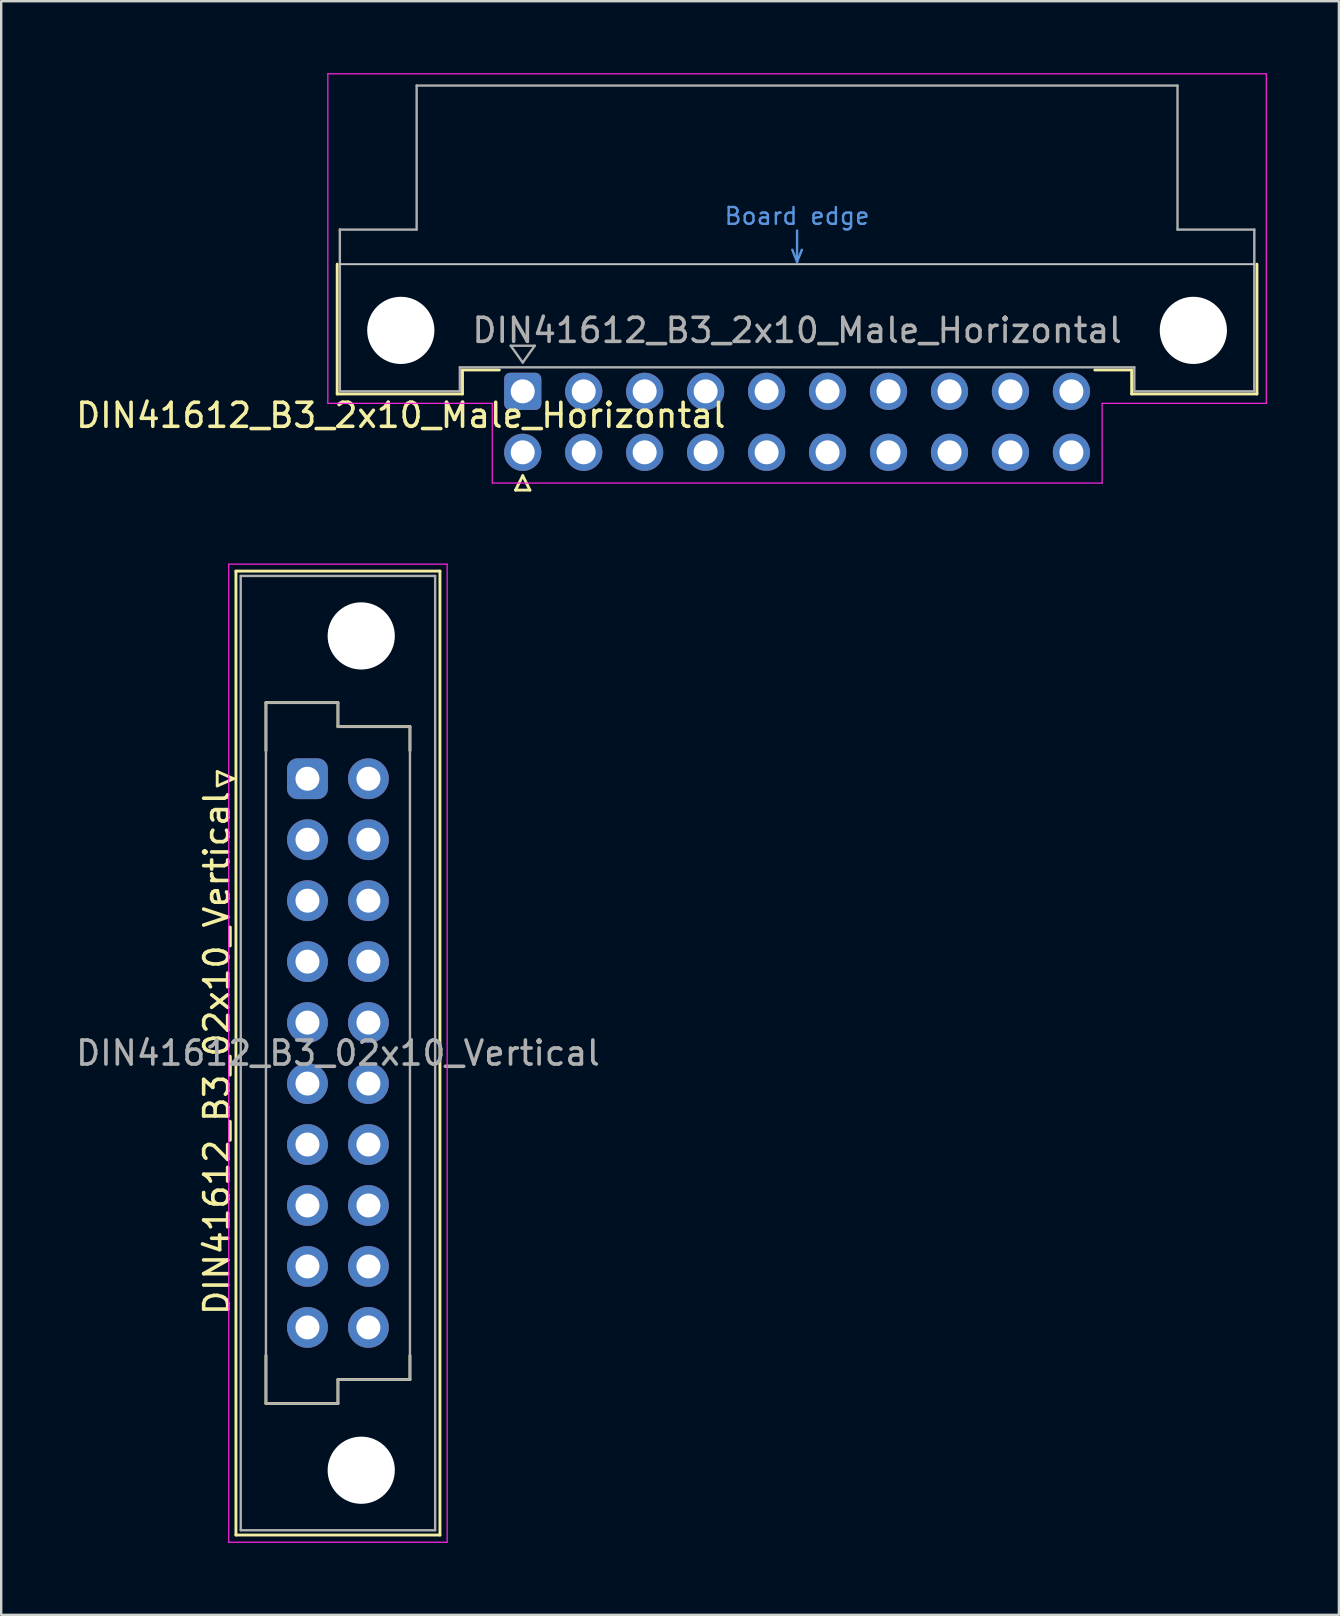
<source format=kicad_pcb>
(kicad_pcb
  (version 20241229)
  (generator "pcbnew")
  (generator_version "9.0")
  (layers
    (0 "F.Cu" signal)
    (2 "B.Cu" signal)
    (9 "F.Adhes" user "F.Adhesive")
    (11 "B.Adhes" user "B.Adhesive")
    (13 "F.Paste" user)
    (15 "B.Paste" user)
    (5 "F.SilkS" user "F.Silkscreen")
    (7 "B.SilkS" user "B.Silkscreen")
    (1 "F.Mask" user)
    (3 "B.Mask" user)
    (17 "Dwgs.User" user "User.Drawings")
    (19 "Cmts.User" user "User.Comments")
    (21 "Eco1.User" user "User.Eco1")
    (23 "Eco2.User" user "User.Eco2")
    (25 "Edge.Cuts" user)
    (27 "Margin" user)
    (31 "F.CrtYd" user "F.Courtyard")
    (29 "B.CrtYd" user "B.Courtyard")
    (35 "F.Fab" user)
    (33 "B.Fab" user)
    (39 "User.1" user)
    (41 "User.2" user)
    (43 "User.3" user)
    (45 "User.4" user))
  (footprint "DIN41612_B3_2x10_Male_Horizontal"
    (layer "F.Cu")
    (at 18.729 13.255)
    (property "Reference" "DIN41612_B3_2x10_Male_Horizontal" (at -5.08 1 0) (layer "F.SilkS") (effects (font (size 1 1) (thickness 0.15))))
    (attr through_hole)
    (fp_line (start -7.73 -5.3) (end -7.73 0.11) (stroke (width 0.12) (type solid)) (layer "F.SilkS"))
    (fp_line (start -7.73 0.11) (end -2.51 0.11) (stroke (width 0.12) (type solid)) (layer "F.SilkS"))
    (fp_line (start -2.51 -0.89) (end -0.975 -0.89) (stroke (width 0.12) (type solid)) (layer "F.SilkS"))
    (fp_line (start -2.51 0.11) (end -2.51 -0.89) (stroke (width 0.12) (type solid)) (layer "F.SilkS"))
    (fp_line (start -0.3 4.115) (end 0.3 4.115) (stroke (width 0.12) (type solid)) (layer "F.SilkS"))
    (fp_line (start 0 3.515) (end -0.3 4.115) (stroke (width 0.12) (type solid)) (layer "F.SilkS"))
    (fp_line (start 0.3 4.115) (end 0 3.515) (stroke (width 0.12) (type solid)) (layer "F.SilkS"))
    (fp_line (start 25.37 -0.89) (end 23.835 -0.89) (stroke (width 0.12) (type solid)) (layer "F.SilkS"))
    (fp_line (start 25.37 0.11) (end 25.37 -0.89) (stroke (width 0.12) (type solid)) (layer "F.SilkS"))
    (fp_line (start 30.59 -5.3) (end 30.59 0.11) (stroke (width 0.12) (type solid)) (layer "F.SilkS"))
    (fp_line (start 30.59 0.11) (end 25.37 0.11) (stroke (width 0.12) (type solid)) (layer "F.SilkS"))
    (fp_line (start -7.62 -5.3) (end 30.48 -5.3) (stroke (width 0.08) (type solid)) (layer "Dwgs.User"))
    (fp_line (start 11.23 -5.9) (end 11.43 -5.4) (stroke (width 0.1) (type solid)) (layer "Cmts.User"))
    (fp_line (start 11.43 -5.4) (end 11.43 -6.7) (stroke (width 0.1) (type solid)) (layer "Cmts.User"))
    (fp_line (start 11.43 -5.4) (end 11.63 -5.9) (stroke (width 0.1) (type solid)) (layer "Cmts.User"))
    (fp_line (start -8.12 -13.23) (end -8.12 0.5) (stroke (width 0.05) (type solid)) (layer "F.CrtYd"))
    (fp_line (start -8.12 0.5) (end -1.27 0.5) (stroke (width 0.05) (type solid)) (layer "F.CrtYd"))
    (fp_line (start -1.27 0.5) (end -1.27 3.82) (stroke (width 0.05) (type solid)) (layer "F.CrtYd"))
    (fp_line (start -1.27 3.82) (end 24.14 3.82) (stroke (width 0.05) (type solid)) (layer "F.CrtYd"))
    (fp_line (start 24.14 0.5) (end 30.98 0.5) (stroke (width 0.05) (type solid)) (layer "F.CrtYd"))
    (fp_line (start 24.14 3.82) (end 24.14 0.5) (stroke (width 0.05) (type solid)) (layer "F.CrtYd"))
    (fp_line (start 30.98 -13.23) (end -8.12 -13.23) (stroke (width 0.05) (type solid)) (layer "F.CrtYd"))
    (fp_line (start 30.98 0.5) (end 30.98 -13.23) (stroke (width 0.05) (type solid)) (layer "F.CrtYd"))
    (fp_line (start -7.62 -6.74) (end -7.62 0) (stroke (width 0.1) (type solid)) (layer "F.Fab"))
    (fp_line (start -7.62 0) (end -2.62 0) (stroke (width 0.1) (type solid)) (layer "F.Fab"))
    (fp_line (start -4.42 -12.74) (end -4.42 -6.74) (stroke (width 0.1) (type solid)) (layer "F.Fab"))
    (fp_line (start -4.42 -6.74) (end -7.62 -6.74) (stroke (width 0.1) (type solid)) (layer "F.Fab"))
    (fp_line (start -2.62 -1) (end 25.48 -1) (stroke (width 0.1) (type solid)) (layer "F.Fab"))
    (fp_line (start -2.62 0) (end -2.62 -1) (stroke (width 0.1) (type solid)) (layer "F.Fab"))
    (fp_line (start -0.5 -1.9) (end 0.5 -1.9) (stroke (width 0.1) (type solid)) (layer "F.Fab"))
    (fp_line (start 0 -1.2) (end -0.5 -1.9) (stroke (width 0.1) (type solid)) (layer "F.Fab"))
    (fp_line (start 0.5 -1.9) (end 0 -1.2) (stroke (width 0.1) (type solid)) (layer "F.Fab"))
    (fp_line (start 25.48 -1) (end 25.48 0) (stroke (width 0.1) (type solid)) (layer "F.Fab"))
    (fp_line (start 25.48 0) (end 30.48 0) (stroke (width 0.1) (type solid)) (layer "F.Fab"))
    (fp_line (start 27.28 -12.74) (end -4.42 -12.74) (stroke (width 0.1) (type solid)) (layer "F.Fab"))
    (fp_line (start 27.28 -6.74) (end 27.28 -12.74) (stroke (width 0.1) (type solid)) (layer "F.Fab"))
    (fp_line (start 30.48 -6.74) (end 27.28 -6.74) (stroke (width 0.1) (type solid)) (layer "F.Fab"))
    (fp_line (start 30.48 0) (end 30.48 -6.74) (stroke (width 0.1) (type solid)) (layer "F.Fab"))
    (fp_text user "Board edge" (at 11.43 -7.3 0) (layer "Cmts.User") (effects (font (size 0.7 0.7) (thickness 0.1))))
    (fp_text user "${REFERENCE}" (at 11.43 -2.54 0) (layer "F.Fab") (effects (font (size 1 1) (thickness 0.15))))
    (pad "" np_thru_hole circle (at -5.08 -2.54) (size 2.8 2.8) (drill 2.8) (layers "*.Cu" "*.Mask"))
    (pad "" np_thru_hole circle (at 27.94 -2.54) (size 2.8 2.8) (drill 2.8) (layers "*.Cu" "*.Mask"))
    (pad "a1" thru_hole roundrect (at 0 0) (size 1.55 1.55) (drill 1) (layers "*.Cu" "*.Mask") (roundrect_rratio 0.161))
    (pad "a2" thru_hole circle (at 2.54 0) (size 1.55 1.55) (drill 1) (layers "*.Cu" "*.Mask"))
    (pad "a3" thru_hole circle (at 5.08 0) (size 1.55 1.55) (drill 1) (layers "*.Cu" "*.Mask"))
    (pad "a4" thru_hole circle (at 7.62 0) (size 1.55 1.55) (drill 1) (layers "*.Cu" "*.Mask"))
    (pad "a5" thru_hole circle (at 10.16 0) (size 1.55 1.55) (drill 1) (layers "*.Cu" "*.Mask"))
    (pad "a6" thru_hole circle (at 12.7 0) (size 1.55 1.55) (drill 1) (layers "*.Cu" "*.Mask"))
    (pad "a7" thru_hole circle (at 15.24 0) (size 1.55 1.55) (drill 1) (layers "*.Cu" "*.Mask"))
    (pad "a8" thru_hole circle (at 17.78 0) (size 1.55 1.55) (drill 1) (layers "*.Cu" "*.Mask"))
    (pad "a9" thru_hole circle (at 20.32 0) (size 1.55 1.55) (drill 1) (layers "*.Cu" "*.Mask"))
    (pad "a10" thru_hole circle (at 22.86 0) (size 1.55 1.55) (drill 1) (layers "*.Cu" "*.Mask"))
    (pad "b1" thru_hole circle (at 0 2.54) (size 1.55 1.55) (drill 1) (layers "*.Cu" "*.Mask"))
    (pad "b2" thru_hole circle (at 2.54 2.54) (size 1.55 1.55) (drill 1) (layers "*.Cu" "*.Mask"))
    (pad "b3" thru_hole circle (at 5.08 2.54) (size 1.55 1.55) (drill 1) (layers "*.Cu" "*.Mask"))
    (pad "b4" thru_hole circle (at 7.62 2.54) (size 1.55 1.55) (drill 1) (layers "*.Cu" "*.Mask"))
    (pad "b5" thru_hole circle (at 10.16 2.54) (size 1.55 1.55) (drill 1) (layers "*.Cu" "*.Mask"))
    (pad "b6" thru_hole circle (at 12.7 2.54) (size 1.55 1.55) (drill 1) (layers "*.Cu" "*.Mask"))
    (pad "b7" thru_hole circle (at 15.24 2.54) (size 1.55 1.55) (drill 1) (layers "*.Cu" "*.Mask"))
    (pad "b8" thru_hole circle (at 17.78 2.54) (size 1.55 1.55) (drill 1) (layers "*.Cu" "*.Mask"))
    (pad "b9" thru_hole circle (at 20.32 2.54) (size 1.55 1.55) (drill 1) (layers "*.Cu" "*.Mask"))
    (pad "b10" thru_hole circle (at 22.86 2.54) (size 1.55 1.55) (drill 1) (layers "*.Cu" "*.Mask")))
  (footprint "DIN41612_B3_02x10_Vertical"
    (layer "F.Cu")
    (at 9.76 29.395)
    (property "Reference" "DIN41612_B3_02x10_Vertical" (at -3.78 11.43 90) (layer "F.SilkS") (effects (font (size 1 1) (thickness 0.15))))
    (attr through_hole)
    (fp_line (start -3.76 -0.3) (end -3.76 0.3) (stroke (width 0.12) (type solid)) (layer "F.SilkS"))
    (fp_line (start -3.76 0.3) (end -3.08 0) (stroke (width 0.12) (type solid)) (layer "F.SilkS"))
    (fp_line (start -3.08 0) (end -3.76 -0.3) (stroke (width 0.12) (type solid)) (layer "F.SilkS"))
    (fp_line (start -2.98 -8.65) (end 5.52 -8.65) (stroke (width 0.12) (type solid)) (layer "F.SilkS"))
    (fp_line (start -2.98 31.51) (end -2.98 -8.65) (stroke (width 0.12) (type solid)) (layer "F.SilkS"))
    (fp_line (start -1.73 -3.17) (end 1.27 -3.17) (stroke (width 0.12) (type solid)) (layer "F.SilkS"))
    (fp_line (start -1.73 -1.17) (end -1.73 -3.17) (stroke (width 0.12) (type solid)) (layer "F.SilkS"))
    (fp_line (start -1.73 24.03) (end -1.73 26.03) (stroke (width 0.12) (type solid)) (layer "F.SilkS"))
    (fp_line (start -1.73 26.03) (end 1.27 26.03) (stroke (width 0.12) (type solid)) (layer "F.SilkS"))
    (fp_line (start 1.27 -3.17) (end 1.27 -2.17) (stroke (width 0.12) (type solid)) (layer "F.SilkS"))
    (fp_line (start 1.27 -2.17) (end 4.27 -2.17) (stroke (width 0.12) (type solid)) (layer "F.SilkS"))
    (fp_line (start 1.27 25.03) (end 4.27 25.03) (stroke (width 0.12) (type solid)) (layer "F.SilkS"))
    (fp_line (start 1.27 26.03) (end 1.27 25.03) (stroke (width 0.12) (type solid)) (layer "F.SilkS"))
    (fp_line (start 4.27 -2.17) (end 4.27 -1.17) (stroke (width 0.12) (type solid)) (layer "F.SilkS"))
    (fp_line (start 4.27 25.03) (end 4.27 24.03) (stroke (width 0.12) (type solid)) (layer "F.SilkS"))
    (fp_line (start 5.52 -8.65) (end 5.52 31.51) (stroke (width 0.12) (type solid)) (layer "F.SilkS"))
    (fp_line (start 5.52 31.51) (end -2.98 31.51) (stroke (width 0.12) (type solid)) (layer "F.SilkS"))
    (fp_line (start -3.28 -8.94) (end 5.82 -8.94) (stroke (width 0.05) (type solid)) (layer "F.CrtYd"))
    (fp_line (start -3.28 31.81) (end -3.28 -8.94) (stroke (width 0.05) (type solid)) (layer "F.CrtYd"))
    (fp_line (start 5.82 -8.94) (end 5.82 31.81) (stroke (width 0.05) (type solid)) (layer "F.CrtYd"))
    (fp_line (start 5.82 31.81) (end -3.28 31.81) (stroke (width 0.05) (type solid)) (layer "F.CrtYd"))
    (fp_line (start -2.78 -8.45) (end 5.32 -8.45) (stroke (width 0.1) (type solid)) (layer "F.Fab"))
    (fp_line (start -2.78 31.31) (end -2.78 -8.45) (stroke (width 0.1) (type solid)) (layer "F.Fab"))
    (fp_line (start -1.73 -3.17) (end 1.27 -3.17) (stroke (width 0.1) (type solid)) (layer "F.Fab"))
    (fp_line (start -1.73 26.03) (end -1.73 -3.17) (stroke (width 0.1) (type solid)) (layer "F.Fab"))
    (fp_line (start 1.27 -3.17) (end 1.27 -2.17) (stroke (width 0.1) (type solid)) (layer "F.Fab"))
    (fp_line (start 1.27 -2.17) (end 4.27 -2.17) (stroke (width 0.1) (type solid)) (layer "F.Fab"))
    (fp_line (start 1.27 25.03) (end 1.27 26.03) (stroke (width 0.1) (type solid)) (layer "F.Fab"))
    (fp_line (start 1.27 26.03) (end -1.73 26.03) (stroke (width 0.1) (type solid)) (layer "F.Fab"))
    (fp_line (start 4.27 -2.17) (end 4.27 25.03) (stroke (width 0.1) (type solid)) (layer "F.Fab"))
    (fp_line (start 4.27 25.03) (end 1.27 25.03) (stroke (width 0.1) (type solid)) (layer "F.Fab"))
    (fp_line (start 5.32 -8.45) (end 5.32 31.31) (stroke (width 0.1) (type solid)) (layer "F.Fab"))
    (fp_line (start 5.32 31.31) (end -2.78 31.31) (stroke (width 0.1) (type solid)) (layer "F.Fab"))
    (fp_text user "${REFERENCE}" (at 1.27 11.43 0) (layer "F.Fab") (effects (font (size 1 1) (thickness 0.15))))
    (pad "" np_thru_hole circle (at 2.24 -5.95) (size 2.8 2.8) (drill 2.8) (layers "*.Cu" "*.Mask"))
    (pad "" np_thru_hole circle (at 2.24 28.81) (size 2.8 2.8) (drill 2.8) (layers "*.Cu" "*.Mask"))
    (pad "a1" thru_hole roundrect (at 0 0) (size 1.7 1.7) (drill 1) (layers "*.Cu" "*.Mask") (roundrect_rratio 0.25))
    (pad "a2" thru_hole circle (at 0 2.54) (size 1.7 1.7) (drill 1) (layers "*.Cu" "*.Mask"))
    (pad "a3" thru_hole circle (at 0 5.08) (size 1.7 1.7) (drill 1) (layers "*.Cu" "*.Mask"))
    (pad "a4" thru_hole circle (at 0 7.62) (size 1.7 1.7) (drill 1) (layers "*.Cu" "*.Mask"))
    (pad "a5" thru_hole circle (at 0 10.16) (size 1.7 1.7) (drill 1) (layers "*.Cu" "*.Mask"))
    (pad "a6" thru_hole circle (at 0 12.7) (size 1.7 1.7) (drill 1) (layers "*.Cu" "*.Mask"))
    (pad "a7" thru_hole circle (at 0 15.24) (size 1.7 1.7) (drill 1) (layers "*.Cu" "*.Mask"))
    (pad "a8" thru_hole circle (at 0 17.78) (size 1.7 1.7) (drill 1) (layers "*.Cu" "*.Mask"))
    (pad "a9" thru_hole circle (at 0 20.32) (size 1.7 1.7) (drill 1) (layers "*.Cu" "*.Mask"))
    (pad "a10" thru_hole circle (at 0 22.86) (size 1.7 1.7) (drill 1) (layers "*.Cu" "*.Mask"))
    (pad "b1" thru_hole circle (at 2.54 0) (size 1.7 1.7) (drill 1) (layers "*.Cu" "*.Mask"))
    (pad "b2" thru_hole circle (at 2.54 2.54) (size 1.7 1.7) (drill 1) (layers "*.Cu" "*.Mask"))
    (pad "b3" thru_hole circle (at 2.54 5.08) (size 1.7 1.7) (drill 1) (layers "*.Cu" "*.Mask"))
    (pad "b4" thru_hole circle (at 2.54 7.62) (size 1.7 1.7) (drill 1) (layers "*.Cu" "*.Mask"))
    (pad "b5" thru_hole circle (at 2.54 10.16) (size 1.7 1.7) (drill 1) (layers "*.Cu" "*.Mask"))
    (pad "b6" thru_hole circle (at 2.54 12.7) (size 1.7 1.7) (drill 1) (layers "*.Cu" "*.Mask"))
    (pad "b7" thru_hole circle (at 2.54 15.24) (size 1.7 1.7) (drill 1) (layers "*.Cu" "*.Mask"))
    (pad "b8" thru_hole circle (at 2.54 17.78) (size 1.7 1.7) (drill 1) (layers "*.Cu" "*.Mask"))
    (pad "b9" thru_hole circle (at 2.54 20.32) (size 1.7 1.7) (drill 1) (layers "*.Cu" "*.Mask"))
    (pad "b10" thru_hole circle (at 2.54 22.86) (size 1.7 1.7) (drill 1) (layers "*.Cu" "*.Mask")))
  (gr_rect
    (start -3 -3)
    (end 52.734 64.23)
    (stroke (width 0.1) (type default))
    (fill no)
    (layer "Edge.Cuts")))
</source>
